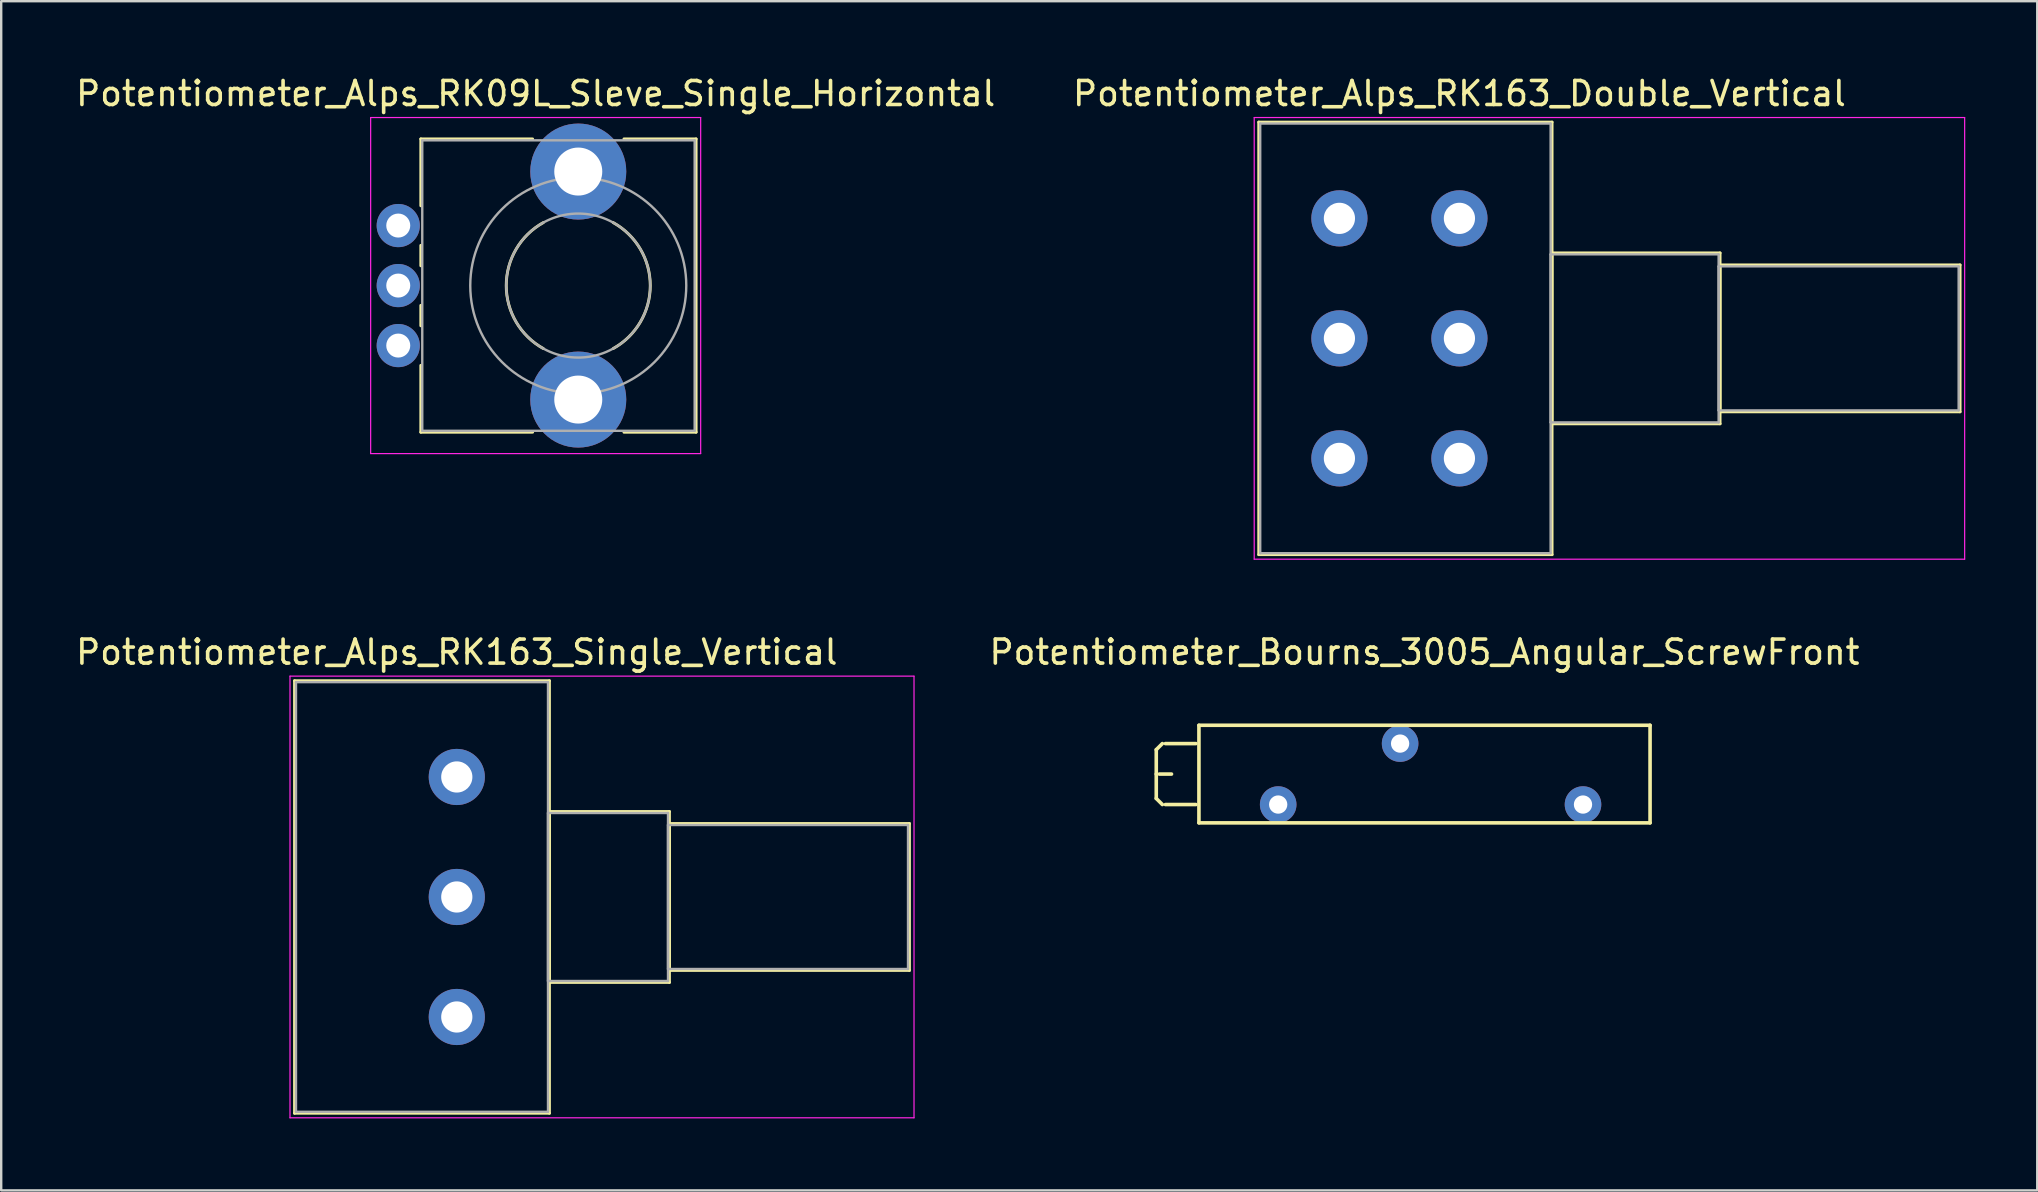
<source format=kicad_pcb>
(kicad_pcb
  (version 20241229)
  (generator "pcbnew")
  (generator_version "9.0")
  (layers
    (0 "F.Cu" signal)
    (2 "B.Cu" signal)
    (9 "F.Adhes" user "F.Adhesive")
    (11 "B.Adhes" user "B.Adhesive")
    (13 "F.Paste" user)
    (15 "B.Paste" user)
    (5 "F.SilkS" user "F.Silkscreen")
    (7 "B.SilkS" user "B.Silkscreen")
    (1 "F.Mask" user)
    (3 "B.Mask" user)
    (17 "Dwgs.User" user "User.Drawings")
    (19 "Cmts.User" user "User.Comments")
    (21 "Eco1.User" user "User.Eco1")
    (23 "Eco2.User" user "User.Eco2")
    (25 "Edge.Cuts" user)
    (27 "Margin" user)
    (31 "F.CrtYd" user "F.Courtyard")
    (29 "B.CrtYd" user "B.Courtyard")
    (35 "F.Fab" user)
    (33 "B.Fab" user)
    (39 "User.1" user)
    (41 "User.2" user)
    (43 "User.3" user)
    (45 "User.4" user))
  (footprint "Potentiometer_Alps_RK09L_Sleve_Single_Horizontal"
    (layer "F.Cu")
    (at 13.543 11.348)
    (property "Reference" "Potentiometer_Alps_RK09L_Sleve_Single_Horizontal" (at 5.725 -10.5 0) (layer "F.SilkS") (effects (font (size 1 1) (thickness 0.15))))
    (attr through_hole)
    (fp_line (start 0.94 -8.61) (end 0.94 -5.825) (stroke (width 0.12) (type solid)) (layer "F.SilkS"))
    (fp_line (start 0.94 -8.61) (end 5.598 -8.61) (stroke (width 0.12) (type solid)) (layer "F.SilkS"))
    (fp_line (start 0.94 -4.175) (end 0.94 -3.325) (stroke (width 0.12) (type solid)) (layer "F.SilkS"))
    (fp_line (start 0.94 -1.675) (end 0.94 -0.825) (stroke (width 0.12) (type solid)) (layer "F.SilkS"))
    (fp_line (start 0.94 0.825) (end 0.94 3.61) (stroke (width 0.12) (type solid)) (layer "F.SilkS"))
    (fp_line (start 0.94 3.61) (end 5.598 3.61) (stroke (width 0.12) (type solid)) (layer "F.SilkS"))
    (fp_line (start 9.403 -8.61) (end 12.41 -8.61) (stroke (width 0.12) (type solid)) (layer "F.SilkS"))
    (fp_line (start 9.403 3.61) (end 12.41 3.61) (stroke (width 0.12) (type solid)) (layer "F.SilkS"))
    (fp_line (start 12.41 -8.61) (end 12.41 3.61) (stroke (width 0.12) (type solid)) (layer "F.SilkS"))
    (fp_arc (start 6.044376 0.1241) (mid 4.49921 -2.500928) (end 6.046 -5.125) (stroke (width 0.12) (type solid)) (layer "F.SilkS"))
    (fp_arc (start 8.954246 -5.124418) (mid 10.5004 -2.500431) (end 8.955 0.124) (stroke (width 0.12) (type solid)) (layer "F.SilkS"))
    (fp_line (start -1.15 -9.5) (end -1.15 4.5) (stroke (width 0.05) (type solid)) (layer "F.CrtYd"))
    (fp_line (start -1.15 4.5) (end 12.6 4.5) (stroke (width 0.05) (type solid)) (layer "F.CrtYd"))
    (fp_line (start 12.6 -9.5) (end -1.15 -9.5) (stroke (width 0.05) (type solid)) (layer "F.CrtYd"))
    (fp_line (start 12.6 4.5) (end 12.6 -9.5) (stroke (width 0.05) (type solid)) (layer "F.CrtYd"))
    (fp_line (start 1 -8.55) (end 1 3.55) (stroke (width 0.1) (type solid)) (layer "F.Fab"))
    (fp_line (start 1 3.55) (end 12.35 3.55) (stroke (width 0.1) (type solid)) (layer "F.Fab"))
    (fp_line (start 12.35 -8.55) (end 1 -8.55) (stroke (width 0.1) (type solid)) (layer "F.Fab"))
    (fp_line (start 12.35 3.55) (end 12.35 -8.55) (stroke (width 0.1) (type solid)) (layer "F.Fab"))
    (fp_circle (center 7.5 -2.5) (end 10.5 -2.5) (stroke (width 0.1) (type solid)) (fill no) (layer "F.Fab"))
    (fp_circle (center 7.5 -2.5) (end 12 -2.5) (stroke (width 0.1) (type solid)) (fill no) (layer "F.Fab"))
    (pad "" np_thru_hole circle (at 7.5 -7.25) (size 4 4) (drill 2) (layers "*.Cu" "*.Mask"))
    (pad "" np_thru_hole circle (at 7.5 2.25) (size 4 4) (drill 2) (layers "*.Cu" "*.Mask"))
    (pad "1" thru_hole circle (at 0 0) (size 1.8 1.8) (drill 1) (layers "*.Cu" "*.Mask"))
    (pad "2" thru_hole circle (at 0 -2.5) (size 1.8 1.8) (drill 1) (layers "*.Cu" "*.Mask"))
    (pad "3" thru_hole circle (at 0 -5) (size 1.8 1.8) (drill 1) (layers "*.Cu" "*.Mask")))
  (footprint "Potentiometer_Alps_RK163_Single_Vertical"
    (layer "F.Cu")
    (at 15.982 39.322)
    (property "Reference" "Potentiometer_Alps_RK163_Single_Vertical" (at 0 -15.2 0) (layer "F.SilkS") (effects (font (size 1 1) (thickness 0.15))))
    (attr through_hole)
    (fp_line (start -6.76 -14.01) (end -6.76 4.011) (stroke (width 0.12) (type solid)) (layer "F.SilkS"))
    (fp_line (start -6.76 -14.01) (end 3.86 -14.01) (stroke (width 0.12) (type solid)) (layer "F.SilkS"))
    (fp_line (start -6.76 4.011) (end 3.86 4.011) (stroke (width 0.12) (type solid)) (layer "F.SilkS"))
    (fp_line (start 3.86 -14.01) (end 3.86 4.011) (stroke (width 0.12) (type solid)) (layer "F.SilkS"))
    (fp_line (start 3.86 -8.56) (end 3.86 -1.44) (stroke (width 0.12) (type solid)) (layer "F.SilkS"))
    (fp_line (start 3.86 -8.56) (end 8.86 -8.56) (stroke (width 0.12) (type solid)) (layer "F.SilkS"))
    (fp_line (start 3.86 -1.44) (end 8.86 -1.44) (stroke (width 0.12) (type solid)) (layer "F.SilkS"))
    (fp_line (start 8.86 -8.56) (end 8.86 -1.44) (stroke (width 0.12) (type solid)) (layer "F.SilkS"))
    (fp_line (start 8.86 -8.06) (end 8.86 -1.94) (stroke (width 0.12) (type solid)) (layer "F.SilkS"))
    (fp_line (start 8.86 -8.06) (end 18.86 -8.06) (stroke (width 0.12) (type solid)) (layer "F.SilkS"))
    (fp_line (start 8.86 -1.94) (end 18.86 -1.94) (stroke (width 0.12) (type solid)) (layer "F.SilkS"))
    (fp_line (start 18.86 -8.06) (end 18.86 -1.94) (stroke (width 0.12) (type solid)) (layer "F.SilkS"))
    (fp_line (start -6.95 -14.2) (end -6.95 4.2) (stroke (width 0.05) (type solid)) (layer "F.CrtYd"))
    (fp_line (start -6.95 4.2) (end 19.05 4.2) (stroke (width 0.05) (type solid)) (layer "F.CrtYd"))
    (fp_line (start 19.05 -14.2) (end -6.95 -14.2) (stroke (width 0.05) (type solid)) (layer "F.CrtYd"))
    (fp_line (start 19.05 4.2) (end 19.05 -14.2) (stroke (width 0.05) (type solid)) (layer "F.CrtYd"))
    (fp_line (start -6.7 -13.95) (end -6.7 3.95) (stroke (width 0.1) (type solid)) (layer "F.Fab"))
    (fp_line (start -6.7 3.95) (end 3.8 3.95) (stroke (width 0.1) (type solid)) (layer "F.Fab"))
    (fp_line (start 3.8 -13.95) (end -6.7 -13.95) (stroke (width 0.1) (type solid)) (layer "F.Fab"))
    (fp_line (start 3.8 -8.5) (end 3.8 -1.5) (stroke (width 0.1) (type solid)) (layer "F.Fab"))
    (fp_line (start 3.8 -1.5) (end 8.8 -1.5) (stroke (width 0.1) (type solid)) (layer "F.Fab"))
    (fp_line (start 3.8 3.95) (end 3.8 -13.95) (stroke (width 0.1) (type solid)) (layer "F.Fab"))
    (fp_line (start 8.8 -8.5) (end 3.8 -8.5) (stroke (width 0.1) (type solid)) (layer "F.Fab"))
    (fp_line (start 8.8 -8) (end 8.8 -2) (stroke (width 0.1) (type solid)) (layer "F.Fab"))
    (fp_line (start 8.8 -2) (end 18.8 -2) (stroke (width 0.1) (type solid)) (layer "F.Fab"))
    (fp_line (start 8.8 -1.5) (end 8.8 -8.5) (stroke (width 0.1) (type solid)) (layer "F.Fab"))
    (fp_line (start 18.8 -8) (end 8.8 -8) (stroke (width 0.1) (type solid)) (layer "F.Fab"))
    (fp_line (start 18.8 -2) (end 18.8 -8) (stroke (width 0.1) (type solid)) (layer "F.Fab"))
    (pad "1" thru_hole circle (at 0 0) (size 2.34 2.34) (drill 1.3) (layers "*.Cu" "*.Mask"))
    (pad "2" thru_hole circle (at 0 -5) (size 2.34 2.34) (drill 1.3) (layers "*.Cu" "*.Mask"))
    (pad "3" thru_hole circle (at 0 -10) (size 2.34 2.34) (drill 1.3) (layers "*.Cu" "*.Mask")))
  (footprint "Potentiometer_Alps_RK163_Double_Vertical"
    (layer "F.Cu")
    (at 57.756 16.048)
    (property "Reference" "Potentiometer_Alps_RK163_Double_Vertical" (at 0 -15.2 0) (layer "F.SilkS") (effects (font (size 1 1) (thickness 0.15))))
    (attr through_hole)
    (fp_line (start -8.361 -14.01) (end -8.361 4.011) (stroke (width 0.12) (type solid)) (layer "F.SilkS"))
    (fp_line (start -8.361 -14.01) (end 3.86 -14.01) (stroke (width 0.12) (type solid)) (layer "F.SilkS"))
    (fp_line (start -8.361 4.011) (end 3.86 4.011) (stroke (width 0.12) (type solid)) (layer "F.SilkS"))
    (fp_line (start 3.86 -14.01) (end 3.86 4.011) (stroke (width 0.12) (type solid)) (layer "F.SilkS"))
    (fp_line (start 3.86 -8.56) (end 3.86 -1.44) (stroke (width 0.12) (type solid)) (layer "F.SilkS"))
    (fp_line (start 3.86 -8.56) (end 10.86 -8.56) (stroke (width 0.12) (type solid)) (layer "F.SilkS"))
    (fp_line (start 3.86 -1.44) (end 10.86 -1.44) (stroke (width 0.12) (type solid)) (layer "F.SilkS"))
    (fp_line (start 10.86 -8.56) (end 10.86 -1.44) (stroke (width 0.12) (type solid)) (layer "F.SilkS"))
    (fp_line (start 10.86 -8.06) (end 10.86 -1.94) (stroke (width 0.12) (type solid)) (layer "F.SilkS"))
    (fp_line (start 10.86 -8.06) (end 20.86 -8.06) (stroke (width 0.12) (type solid)) (layer "F.SilkS"))
    (fp_line (start 10.86 -1.94) (end 20.86 -1.94) (stroke (width 0.12) (type solid)) (layer "F.SilkS"))
    (fp_line (start 20.86 -8.06) (end 20.86 -1.94) (stroke (width 0.12) (type solid)) (layer "F.SilkS"))
    (fp_line (start -8.55 -14.2) (end -8.55 4.2) (stroke (width 0.05) (type solid)) (layer "F.CrtYd"))
    (fp_line (start -8.55 4.2) (end 21.05 4.2) (stroke (width 0.05) (type solid)) (layer "F.CrtYd"))
    (fp_line (start 21.05 -14.2) (end -8.55 -14.2) (stroke (width 0.05) (type solid)) (layer "F.CrtYd"))
    (fp_line (start 21.05 4.2) (end 21.05 -14.2) (stroke (width 0.05) (type solid)) (layer "F.CrtYd"))
    (fp_line (start -8.3 -13.95) (end -8.3 3.95) (stroke (width 0.1) (type solid)) (layer "F.Fab"))
    (fp_line (start -8.3 3.95) (end 3.8 3.95) (stroke (width 0.1) (type solid)) (layer "F.Fab"))
    (fp_line (start 3.8 -13.95) (end -8.3 -13.95) (stroke (width 0.1) (type solid)) (layer "F.Fab"))
    (fp_line (start 3.8 -8.5) (end 3.8 -1.5) (stroke (width 0.1) (type solid)) (layer "F.Fab"))
    (fp_line (start 3.8 -1.5) (end 10.8 -1.5) (stroke (width 0.1) (type solid)) (layer "F.Fab"))
    (fp_line (start 3.8 3.95) (end 3.8 -13.95) (stroke (width 0.1) (type solid)) (layer "F.Fab"))
    (fp_line (start 10.8 -8.5) (end 3.8 -8.5) (stroke (width 0.1) (type solid)) (layer "F.Fab"))
    (fp_line (start 10.8 -8) (end 10.8 -2) (stroke (width 0.1) (type solid)) (layer "F.Fab"))
    (fp_line (start 10.8 -2) (end 20.8 -2) (stroke (width 0.1) (type solid)) (layer "F.Fab"))
    (fp_line (start 10.8 -1.5) (end 10.8 -8.5) (stroke (width 0.1) (type solid)) (layer "F.Fab"))
    (fp_line (start 20.8 -8) (end 10.8 -8) (stroke (width 0.1) (type solid)) (layer "F.Fab"))
    (fp_line (start 20.8 -2) (end 20.8 -8) (stroke (width 0.1) (type solid)) (layer "F.Fab"))
    (pad "1" thru_hole circle (at 0 0) (size 2.34 2.34) (drill 1.3) (layers "*.Cu" "*.Mask"))
    (pad "2" thru_hole circle (at 0 -5) (size 2.34 2.34) (drill 1.3) (layers "*.Cu" "*.Mask"))
    (pad "3" thru_hole circle (at 0 -10) (size 2.34 2.34) (drill 1.3) (layers "*.Cu" "*.Mask"))
    (pad "4" thru_hole circle (at -5 0) (size 2.34 2.34) (drill 1.3) (layers "*.Cu" "*.Mask"))
    (pad "5" thru_hole circle (at -5 -5) (size 2.34 2.34) (drill 1.3) (layers "*.Cu" "*.Mask"))
    (pad "6" thru_hole circle (at -5 -10) (size 2.34 2.34) (drill 1.3) (layers "*.Cu" "*.Mask")))
  (footprint "Potentiometer_Bourns_3005_Angular_ScrewFront"
    (layer "F.Cu")
    (at 62.905 30.471)
    (property "Reference" "Potentiometer_Bourns_3005_Angular_ScrewFront" (at -6.604 -6.35 0) (layer "F.SilkS") (effects (font (size 1 1) (thickness 0.15))))
    (attr through_hole)
    (fp_line (start -17.78 -2.286) (end -17.78 -1.27) (stroke (width 0.15) (type solid)) (layer "F.SilkS"))
    (fp_line (start -17.78 -1.27) (end -17.78 -0.254) (stroke (width 0.15) (type solid)) (layer "F.SilkS"))
    (fp_line (start -17.78 -0.254) (end -17.526 0) (stroke (width 0.15) (type solid)) (layer "F.SilkS"))
    (fp_line (start -17.653 -1.27) (end -17.145 -1.27) (stroke (width 0.15) (type solid)) (layer "F.SilkS"))
    (fp_line (start -17.526 -2.54) (end -17.78 -2.286) (stroke (width 0.15) (type solid)) (layer "F.SilkS"))
    (fp_line (start -16.129 -2.54) (end -17.399 -2.54) (stroke (width 0.15) (type solid)) (layer "F.SilkS"))
    (fp_line (start -16.129 0) (end -17.399 0) (stroke (width 0.15) (type solid)) (layer "F.SilkS"))
    (fp_line (start -16.002 0.762) (end -16.002 -3.302) (stroke (width 0.15) (type solid)) (layer "F.SilkS"))
    (fp_line (start -16.002 0.762) (end 2.794 0.762) (stroke (width 0.15) (type solid)) (layer "F.SilkS"))
    (fp_line (start 2.794 -3.302) (end -16.002 -3.302) (stroke (width 0.15) (type solid)) (layer "F.SilkS"))
    (fp_line (start 2.794 0.762) (end 2.794 -3.302) (stroke (width 0.15) (type solid)) (layer "F.SilkS"))
    (pad "1" thru_hole circle (at 0 0) (size 1.524 1.524) (drill 0.762) (layers "*.Cu" "*.Mask"))
    (pad "2" thru_hole circle (at -7.62 -2.54) (size 1.524 1.524) (drill 0.762) (layers "*.Cu" "*.Mask"))
    (pad "3" thru_hole circle (at -12.7 0) (size 1.524 1.524) (drill 0.762) (layers "*.Cu" "*.Mask")))
  (gr_rect
    (start -3 -3)
    (end 81.831 46.547)
    (stroke (width 0.1) (type default))
    (fill no)
    (layer "Edge.Cuts")))
</source>
